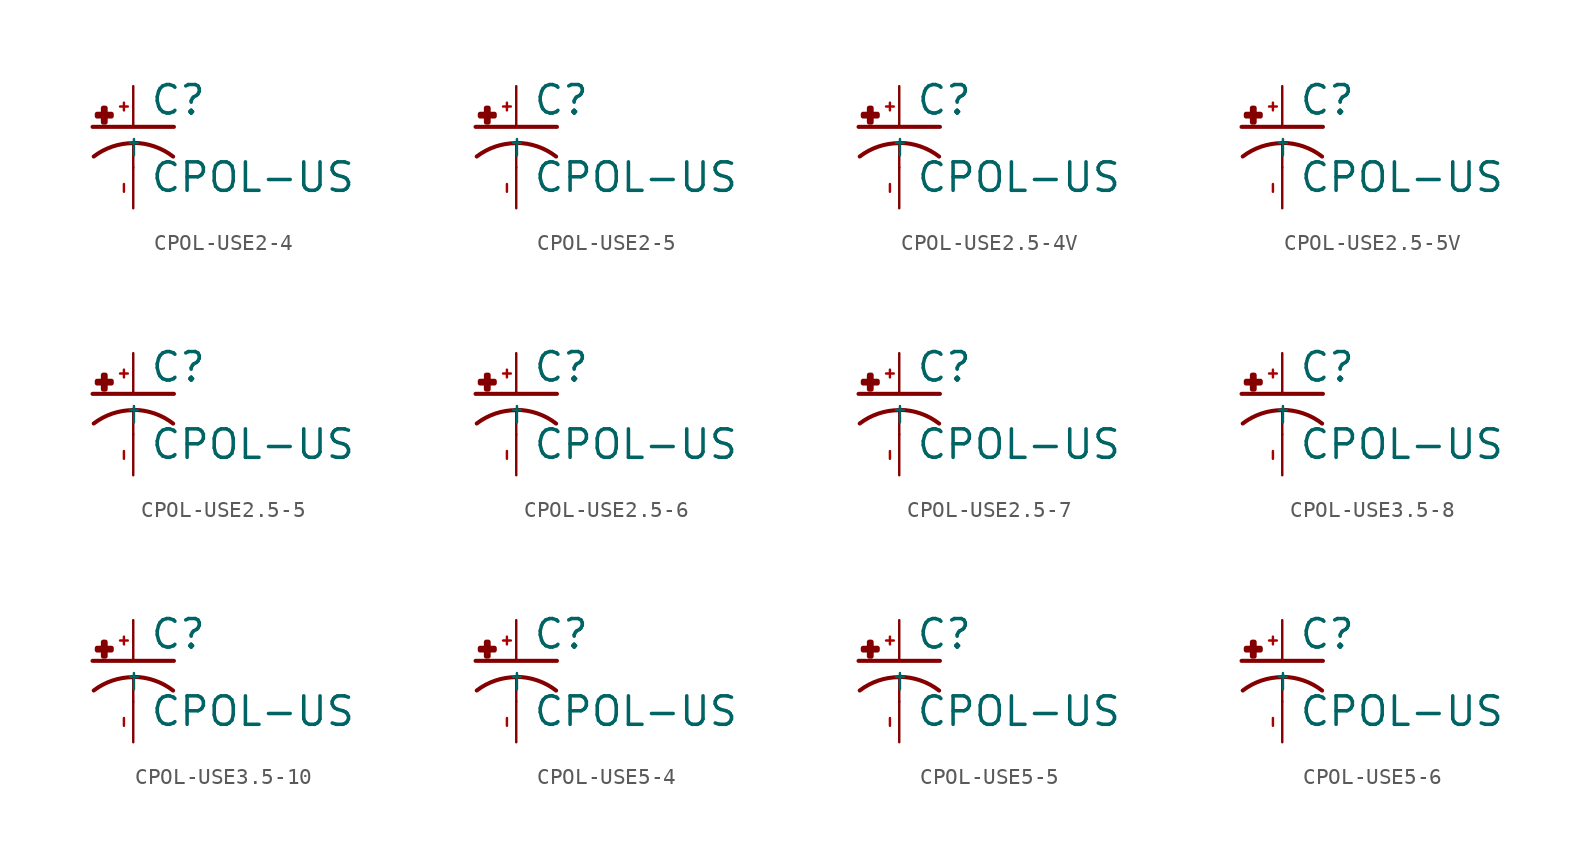
<source format=kicad_sym>
(kicad_symbol_lib
  (version 20220914)
  (generator Eagle2Kicad)
  (symbol "CPOL-USE2-4"
    (property "Reference" "C"
      (at 1.016 0.635 0)
      (effects (font (size 1.778 1.778) (thickness 0.22)) (justify left bottom)))
    (property "Value" "CPOL-US"
      (at 1.016 -4.191 0)
      (effects (font (size 1.778 1.778) (thickness 0.22)) (justify left bottom)))
    (polyline
      (pts (xy -2.54 0) (xy 2.54 0))
      (stroke (width 0.254) (type default))
      (fill (type none)))
    (polyline
      (pts (xy 0 -1.016) (xy 0 -2.54))
      (stroke (width 0.152) (type default))
      (fill (type none)))
    (arc
      (start 2.4892 -1.8542)
      (mid 1.316 -1.220)
      (end 0 -1)
      (stroke (width 0.254) (type default))
      (fill (type none)))
    (arc
      (start 0 -1.0161)
      (mid -1.302 -1.230)
      (end -2.4669 -1.8504)
      (stroke (width 0.254) (type default))
      (fill (type none)))
    (rectangle
      (start -2.253 0.668)
      (end -1.364 0.795)
      (stroke (width 0.3) (type default))
      (fill (type outline)))
    (rectangle
      (start -1.872 0.287)
      (end -1.745 1.176)
      (stroke (width 0.3) (type default))
      (fill (type outline)))
    (pin passive line
      (at 0 2.54 270)
      (length 2.54)
      (name "+" (effects (font (size 0.635 0.635) (thickness 0.08)) (justify left bottom)))
      (number "+" (effects (font (size 0.635 0.635) (thickness 0.08)) (justify left bottom))))
    (pin passive line
      (at 0 -5.08 90)
      (length 2.54)
      (name "-" (effects (font (size 0.635 0.635) (thickness 0.08)) (justify left bottom)))
      (number "-" (effects (font (size 0.635 0.635) (thickness 0.08)) (justify left bottom)))))
  (symbol "CPOL-USE2-5"
    (property "Reference" "C"
      (at 1.016 0.635 0)
      (effects (font (size 1.778 1.778) (thickness 0.22)) (justify left bottom)))
    (property "Value" "CPOL-US"
      (at 1.016 -4.191 0)
      (effects (font (size 1.778 1.778) (thickness 0.22)) (justify left bottom)))
    (polyline
      (pts (xy -2.54 0) (xy 2.54 0))
      (stroke (width 0.254) (type default))
      (fill (type none)))
    (polyline
      (pts (xy 0 -1.016) (xy 0 -2.54))
      (stroke (width 0.152) (type default))
      (fill (type none)))
    (arc
      (start 2.4892 -1.8542)
      (mid 1.316 -1.220)
      (end 0 -1)
      (stroke (width 0.254) (type default))
      (fill (type none)))
    (arc
      (start 0 -1.0161)
      (mid -1.302 -1.230)
      (end -2.4669 -1.8504)
      (stroke (width 0.254) (type default))
      (fill (type none)))
    (rectangle
      (start -2.253 0.668)
      (end -1.364 0.795)
      (stroke (width 0.3) (type default))
      (fill (type outline)))
    (rectangle
      (start -1.872 0.287)
      (end -1.745 1.176)
      (stroke (width 0.3) (type default))
      (fill (type outline)))
    (pin passive line
      (at 0 2.54 270)
      (length 2.54)
      (name "+" (effects (font (size 0.635 0.635) (thickness 0.08)) (justify left bottom)))
      (number "+" (effects (font (size 0.635 0.635) (thickness 0.08)) (justify left bottom))))
    (pin passive line
      (at 0 -5.08 90)
      (length 2.54)
      (name "-" (effects (font (size 0.635 0.635) (thickness 0.08)) (justify left bottom)))
      (number "-" (effects (font (size 0.635 0.635) (thickness 0.08)) (justify left bottom)))))
  (symbol "CPOL-USE2.5-4V"
    (property "Reference" "C"
      (at 1.016 0.635 0)
      (effects (font (size 1.778 1.778) (thickness 0.22)) (justify left bottom)))
    (property "Value" "CPOL-US"
      (at 1.016 -4.191 0)
      (effects (font (size 1.778 1.778) (thickness 0.22)) (justify left bottom)))
    (polyline
      (pts (xy -2.54 0) (xy 2.54 0))
      (stroke (width 0.254) (type default))
      (fill (type none)))
    (polyline
      (pts (xy 0 -1.016) (xy 0 -2.54))
      (stroke (width 0.152) (type default))
      (fill (type none)))
    (arc
      (start 2.4892 -1.8542)
      (mid 1.316 -1.220)
      (end 0 -1)
      (stroke (width 0.254) (type default))
      (fill (type none)))
    (arc
      (start 0 -1.0161)
      (mid -1.302 -1.230)
      (end -2.4669 -1.8504)
      (stroke (width 0.254) (type default))
      (fill (type none)))
    (rectangle
      (start -2.253 0.668)
      (end -1.364 0.795)
      (stroke (width 0.3) (type default))
      (fill (type outline)))
    (rectangle
      (start -1.872 0.287)
      (end -1.745 1.176)
      (stroke (width 0.3) (type default))
      (fill (type outline)))
    (pin passive line
      (at 0 2.54 270)
      (length 2.54)
      (name "+" (effects (font (size 0.635 0.635) (thickness 0.08)) (justify left bottom)))
      (number "+" (effects (font (size 0.635 0.635) (thickness 0.08)) (justify left bottom))))
    (pin passive line
      (at 0 -5.08 90)
      (length 2.54)
      (name "-" (effects (font (size 0.635 0.635) (thickness 0.08)) (justify left bottom)))
      (number "-" (effects (font (size 0.635 0.635) (thickness 0.08)) (justify left bottom)))))
  (symbol "CPOL-USE2.5-5V"
    (property "Reference" "C"
      (at 1.016 0.635 0)
      (effects (font (size 1.778 1.778) (thickness 0.22)) (justify left bottom)))
    (property "Value" "CPOL-US"
      (at 1.016 -4.191 0)
      (effects (font (size 1.778 1.778) (thickness 0.22)) (justify left bottom)))
    (polyline
      (pts (xy -2.54 0) (xy 2.54 0))
      (stroke (width 0.254) (type default))
      (fill (type none)))
    (polyline
      (pts (xy 0 -1.016) (xy 0 -2.54))
      (stroke (width 0.152) (type default))
      (fill (type none)))
    (arc
      (start 2.4892 -1.8542)
      (mid 1.316 -1.220)
      (end 0 -1)
      (stroke (width 0.254) (type default))
      (fill (type none)))
    (arc
      (start 0 -1.0161)
      (mid -1.302 -1.230)
      (end -2.4669 -1.8504)
      (stroke (width 0.254) (type default))
      (fill (type none)))
    (rectangle
      (start -2.253 0.668)
      (end -1.364 0.795)
      (stroke (width 0.3) (type default))
      (fill (type outline)))
    (rectangle
      (start -1.872 0.287)
      (end -1.745 1.176)
      (stroke (width 0.3) (type default))
      (fill (type outline)))
    (pin passive line
      (at 0 2.54 270)
      (length 2.54)
      (name "+" (effects (font (size 0.635 0.635) (thickness 0.08)) (justify left bottom)))
      (number "+" (effects (font (size 0.635 0.635) (thickness 0.08)) (justify left bottom))))
    (pin passive line
      (at 0 -5.08 90)
      (length 2.54)
      (name "-" (effects (font (size 0.635 0.635) (thickness 0.08)) (justify left bottom)))
      (number "-" (effects (font (size 0.635 0.635) (thickness 0.08)) (justify left bottom)))))
  (symbol "CPOL-USE2.5-5"
    (property "Reference" "C"
      (at 1.016 0.635 0)
      (effects (font (size 1.778 1.778) (thickness 0.22)) (justify left bottom)))
    (property "Value" "CPOL-US"
      (at 1.016 -4.191 0)
      (effects (font (size 1.778 1.778) (thickness 0.22)) (justify left bottom)))
    (polyline
      (pts (xy -2.54 0) (xy 2.54 0))
      (stroke (width 0.254) (type default))
      (fill (type none)))
    (polyline
      (pts (xy 0 -1.016) (xy 0 -2.54))
      (stroke (width 0.152) (type default))
      (fill (type none)))
    (arc
      (start 2.4892 -1.8542)
      (mid 1.316 -1.220)
      (end 0 -1)
      (stroke (width 0.254) (type default))
      (fill (type none)))
    (arc
      (start 0 -1.0161)
      (mid -1.302 -1.230)
      (end -2.4669 -1.8504)
      (stroke (width 0.254) (type default))
      (fill (type none)))
    (rectangle
      (start -2.253 0.668)
      (end -1.364 0.795)
      (stroke (width 0.3) (type default))
      (fill (type outline)))
    (rectangle
      (start -1.872 0.287)
      (end -1.745 1.176)
      (stroke (width 0.3) (type default))
      (fill (type outline)))
    (pin passive line
      (at 0 2.54 270)
      (length 2.54)
      (name "+" (effects (font (size 0.635 0.635) (thickness 0.08)) (justify left bottom)))
      (number "+" (effects (font (size 0.635 0.635) (thickness 0.08)) (justify left bottom))))
    (pin passive line
      (at 0 -5.08 90)
      (length 2.54)
      (name "-" (effects (font (size 0.635 0.635) (thickness 0.08)) (justify left bottom)))
      (number "-" (effects (font (size 0.635 0.635) (thickness 0.08)) (justify left bottom)))))
  (symbol "CPOL-USE2.5-6"
    (property "Reference" "C"
      (at 1.016 0.635 0)
      (effects (font (size 1.778 1.778) (thickness 0.22)) (justify left bottom)))
    (property "Value" "CPOL-US"
      (at 1.016 -4.191 0)
      (effects (font (size 1.778 1.778) (thickness 0.22)) (justify left bottom)))
    (polyline
      (pts (xy -2.54 0) (xy 2.54 0))
      (stroke (width 0.254) (type default))
      (fill (type none)))
    (polyline
      (pts (xy 0 -1.016) (xy 0 -2.54))
      (stroke (width 0.152) (type default))
      (fill (type none)))
    (arc
      (start 2.4892 -1.8542)
      (mid 1.316 -1.220)
      (end 0 -1)
      (stroke (width 0.254) (type default))
      (fill (type none)))
    (arc
      (start 0 -1.0161)
      (mid -1.302 -1.230)
      (end -2.4669 -1.8504)
      (stroke (width 0.254) (type default))
      (fill (type none)))
    (rectangle
      (start -2.253 0.668)
      (end -1.364 0.795)
      (stroke (width 0.3) (type default))
      (fill (type outline)))
    (rectangle
      (start -1.872 0.287)
      (end -1.745 1.176)
      (stroke (width 0.3) (type default))
      (fill (type outline)))
    (pin passive line
      (at 0 2.54 270)
      (length 2.54)
      (name "+" (effects (font (size 0.635 0.635) (thickness 0.08)) (justify left bottom)))
      (number "+" (effects (font (size 0.635 0.635) (thickness 0.08)) (justify left bottom))))
    (pin passive line
      (at 0 -5.08 90)
      (length 2.54)
      (name "-" (effects (font (size 0.635 0.635) (thickness 0.08)) (justify left bottom)))
      (number "-" (effects (font (size 0.635 0.635) (thickness 0.08)) (justify left bottom)))))
  (symbol "CPOL-USE2.5-7"
    (property "Reference" "C"
      (at 1.016 0.635 0)
      (effects (font (size 1.778 1.778) (thickness 0.22)) (justify left bottom)))
    (property "Value" "CPOL-US"
      (at 1.016 -4.191 0)
      (effects (font (size 1.778 1.778) (thickness 0.22)) (justify left bottom)))
    (polyline
      (pts (xy -2.54 0) (xy 2.54 0))
      (stroke (width 0.254) (type default))
      (fill (type none)))
    (polyline
      (pts (xy 0 -1.016) (xy 0 -2.54))
      (stroke (width 0.152) (type default))
      (fill (type none)))
    (arc
      (start 2.4892 -1.8542)
      (mid 1.316 -1.220)
      (end 0 -1)
      (stroke (width 0.254) (type default))
      (fill (type none)))
    (arc
      (start 0 -1.0161)
      (mid -1.302 -1.230)
      (end -2.4669 -1.8504)
      (stroke (width 0.254) (type default))
      (fill (type none)))
    (rectangle
      (start -2.253 0.668)
      (end -1.364 0.795)
      (stroke (width 0.3) (type default))
      (fill (type outline)))
    (rectangle
      (start -1.872 0.287)
      (end -1.745 1.176)
      (stroke (width 0.3) (type default))
      (fill (type outline)))
    (pin passive line
      (at 0 2.54 270)
      (length 2.54)
      (name "+" (effects (font (size 0.635 0.635) (thickness 0.08)) (justify left bottom)))
      (number "+" (effects (font (size 0.635 0.635) (thickness 0.08)) (justify left bottom))))
    (pin passive line
      (at 0 -5.08 90)
      (length 2.54)
      (name "-" (effects (font (size 0.635 0.635) (thickness 0.08)) (justify left bottom)))
      (number "-" (effects (font (size 0.635 0.635) (thickness 0.08)) (justify left bottom)))))
  (symbol "CPOL-USE3.5-8"
    (property "Reference" "C"
      (at 1.016 0.635 0)
      (effects (font (size 1.778 1.778) (thickness 0.22)) (justify left bottom)))
    (property "Value" "CPOL-US"
      (at 1.016 -4.191 0)
      (effects (font (size 1.778 1.778) (thickness 0.22)) (justify left bottom)))
    (polyline
      (pts (xy -2.54 0) (xy 2.54 0))
      (stroke (width 0.254) (type default))
      (fill (type none)))
    (polyline
      (pts (xy 0 -1.016) (xy 0 -2.54))
      (stroke (width 0.152) (type default))
      (fill (type none)))
    (arc
      (start 2.4892 -1.8542)
      (mid 1.316 -1.220)
      (end 0 -1)
      (stroke (width 0.254) (type default))
      (fill (type none)))
    (arc
      (start 0 -1.0161)
      (mid -1.302 -1.230)
      (end -2.4669 -1.8504)
      (stroke (width 0.254) (type default))
      (fill (type none)))
    (rectangle
      (start -2.253 0.668)
      (end -1.364 0.795)
      (stroke (width 0.3) (type default))
      (fill (type outline)))
    (rectangle
      (start -1.872 0.287)
      (end -1.745 1.176)
      (stroke (width 0.3) (type default))
      (fill (type outline)))
    (pin passive line
      (at 0 2.54 270)
      (length 2.54)
      (name "+" (effects (font (size 0.635 0.635) (thickness 0.08)) (justify left bottom)))
      (number "+" (effects (font (size 0.635 0.635) (thickness 0.08)) (justify left bottom))))
    (pin passive line
      (at 0 -5.08 90)
      (length 2.54)
      (name "-" (effects (font (size 0.635 0.635) (thickness 0.08)) (justify left bottom)))
      (number "-" (effects (font (size 0.635 0.635) (thickness 0.08)) (justify left bottom)))))
  (symbol "CPOL-USE3.5-10"
    (property "Reference" "C"
      (at 1.016 0.635 0)
      (effects (font (size 1.778 1.778) (thickness 0.22)) (justify left bottom)))
    (property "Value" "CPOL-US"
      (at 1.016 -4.191 0)
      (effects (font (size 1.778 1.778) (thickness 0.22)) (justify left bottom)))
    (polyline
      (pts (xy -2.54 0) (xy 2.54 0))
      (stroke (width 0.254) (type default))
      (fill (type none)))
    (polyline
      (pts (xy 0 -1.016) (xy 0 -2.54))
      (stroke (width 0.152) (type default))
      (fill (type none)))
    (arc
      (start 2.4892 -1.8542)
      (mid 1.316 -1.220)
      (end 0 -1)
      (stroke (width 0.254) (type default))
      (fill (type none)))
    (arc
      (start 0 -1.0161)
      (mid -1.302 -1.230)
      (end -2.4669 -1.8504)
      (stroke (width 0.254) (type default))
      (fill (type none)))
    (rectangle
      (start -2.253 0.668)
      (end -1.364 0.795)
      (stroke (width 0.3) (type default))
      (fill (type outline)))
    (rectangle
      (start -1.872 0.287)
      (end -1.745 1.176)
      (stroke (width 0.3) (type default))
      (fill (type outline)))
    (pin passive line
      (at 0 2.54 270)
      (length 2.54)
      (name "+" (effects (font (size 0.635 0.635) (thickness 0.08)) (justify left bottom)))
      (number "+" (effects (font (size 0.635 0.635) (thickness 0.08)) (justify left bottom))))
    (pin passive line
      (at 0 -5.08 90)
      (length 2.54)
      (name "-" (effects (font (size 0.635 0.635) (thickness 0.08)) (justify left bottom)))
      (number "-" (effects (font (size 0.635 0.635) (thickness 0.08)) (justify left bottom)))))
  (symbol "CPOL-USE5-4"
    (property "Reference" "C"
      (at 1.016 0.635 0)
      (effects (font (size 1.778 1.778) (thickness 0.22)) (justify left bottom)))
    (property "Value" "CPOL-US"
      (at 1.016 -4.191 0)
      (effects (font (size 1.778 1.778) (thickness 0.22)) (justify left bottom)))
    (polyline
      (pts (xy -2.54 0) (xy 2.54 0))
      (stroke (width 0.254) (type default))
      (fill (type none)))
    (polyline
      (pts (xy 0 -1.016) (xy 0 -2.54))
      (stroke (width 0.152) (type default))
      (fill (type none)))
    (arc
      (start 2.4892 -1.8542)
      (mid 1.316 -1.220)
      (end 0 -1)
      (stroke (width 0.254) (type default))
      (fill (type none)))
    (arc
      (start 0 -1.0161)
      (mid -1.302 -1.230)
      (end -2.4669 -1.8504)
      (stroke (width 0.254) (type default))
      (fill (type none)))
    (rectangle
      (start -2.253 0.668)
      (end -1.364 0.795)
      (stroke (width 0.3) (type default))
      (fill (type outline)))
    (rectangle
      (start -1.872 0.287)
      (end -1.745 1.176)
      (stroke (width 0.3) (type default))
      (fill (type outline)))
    (pin passive line
      (at 0 2.54 270)
      (length 2.54)
      (name "+" (effects (font (size 0.635 0.635) (thickness 0.08)) (justify left bottom)))
      (number "+" (effects (font (size 0.635 0.635) (thickness 0.08)) (justify left bottom))))
    (pin passive line
      (at 0 -5.08 90)
      (length 2.54)
      (name "-" (effects (font (size 0.635 0.635) (thickness 0.08)) (justify left bottom)))
      (number "-" (effects (font (size 0.635 0.635) (thickness 0.08)) (justify left bottom)))))
  (symbol "CPOL-USE5-5"
    (property "Reference" "C"
      (at 1.016 0.635 0)
      (effects (font (size 1.778 1.778) (thickness 0.22)) (justify left bottom)))
    (property "Value" "CPOL-US"
      (at 1.016 -4.191 0)
      (effects (font (size 1.778 1.778) (thickness 0.22)) (justify left bottom)))
    (polyline
      (pts (xy -2.54 0) (xy 2.54 0))
      (stroke (width 0.254) (type default))
      (fill (type none)))
    (polyline
      (pts (xy 0 -1.016) (xy 0 -2.54))
      (stroke (width 0.152) (type default))
      (fill (type none)))
    (arc
      (start 2.4892 -1.8542)
      (mid 1.316 -1.220)
      (end 0 -1)
      (stroke (width 0.254) (type default))
      (fill (type none)))
    (arc
      (start 0 -1.0161)
      (mid -1.302 -1.230)
      (end -2.4669 -1.8504)
      (stroke (width 0.254) (type default))
      (fill (type none)))
    (rectangle
      (start -2.253 0.668)
      (end -1.364 0.795)
      (stroke (width 0.3) (type default))
      (fill (type outline)))
    (rectangle
      (start -1.872 0.287)
      (end -1.745 1.176)
      (stroke (width 0.3) (type default))
      (fill (type outline)))
    (pin passive line
      (at 0 2.54 270)
      (length 2.54)
      (name "+" (effects (font (size 0.635 0.635) (thickness 0.08)) (justify left bottom)))
      (number "+" (effects (font (size 0.635 0.635) (thickness 0.08)) (justify left bottom))))
    (pin passive line
      (at 0 -5.08 90)
      (length 2.54)
      (name "-" (effects (font (size 0.635 0.635) (thickness 0.08)) (justify left bottom)))
      (number "-" (effects (font (size 0.635 0.635) (thickness 0.08)) (justify left bottom)))))
  (symbol "CPOL-USE5-6"
    (property "Reference" "C"
      (at 1.016 0.635 0)
      (effects (font (size 1.778 1.778) (thickness 0.22)) (justify left bottom)))
    (property "Value" "CPOL-US"
      (at 1.016 -4.191 0)
      (effects (font (size 1.778 1.778) (thickness 0.22)) (justify left bottom)))
    (polyline
      (pts (xy -2.54 0) (xy 2.54 0))
      (stroke (width 0.254) (type default))
      (fill (type none)))
    (polyline
      (pts (xy 0 -1.016) (xy 0 -2.54))
      (stroke (width 0.152) (type default))
      (fill (type none)))
    (arc
      (start 2.4892 -1.8542)
      (mid 1.316 -1.220)
      (end 0 -1)
      (stroke (width 0.254) (type default))
      (fill (type none)))
    (arc
      (start 0 -1.0161)
      (mid -1.302 -1.230)
      (end -2.4669 -1.8504)
      (stroke (width 0.254) (type default))
      (fill (type none)))
    (rectangle
      (start -2.253 0.668)
      (end -1.364 0.795)
      (stroke (width 0.3) (type default))
      (fill (type outline)))
    (rectangle
      (start -1.872 0.287)
      (end -1.745 1.176)
      (stroke (width 0.3) (type default))
      (fill (type outline)))
    (pin passive line
      (at 0 2.54 270)
      (length 2.54)
      (name "+" (effects (font (size 0.635 0.635) (thickness 0.08)) (justify left bottom)))
      (number "+" (effects (font (size 0.635 0.635) (thickness 0.08)) (justify left bottom))))
    (pin passive line
      (at 0 -5.08 90)
      (length 2.54)
      (name "-" (effects (font (size 0.635 0.635) (thickness 0.08)) (justify left bottom)))
      (number "-" (effects (font (size 0.635 0.635) (thickness 0.08)) (justify left bottom))))))
</source>
